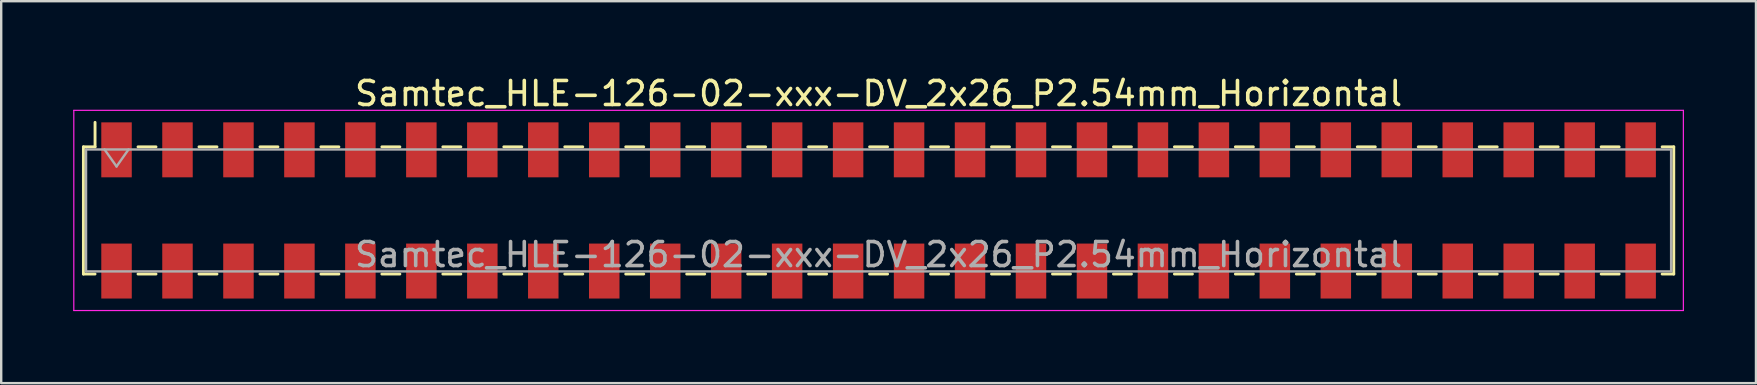
<source format=kicad_pcb>
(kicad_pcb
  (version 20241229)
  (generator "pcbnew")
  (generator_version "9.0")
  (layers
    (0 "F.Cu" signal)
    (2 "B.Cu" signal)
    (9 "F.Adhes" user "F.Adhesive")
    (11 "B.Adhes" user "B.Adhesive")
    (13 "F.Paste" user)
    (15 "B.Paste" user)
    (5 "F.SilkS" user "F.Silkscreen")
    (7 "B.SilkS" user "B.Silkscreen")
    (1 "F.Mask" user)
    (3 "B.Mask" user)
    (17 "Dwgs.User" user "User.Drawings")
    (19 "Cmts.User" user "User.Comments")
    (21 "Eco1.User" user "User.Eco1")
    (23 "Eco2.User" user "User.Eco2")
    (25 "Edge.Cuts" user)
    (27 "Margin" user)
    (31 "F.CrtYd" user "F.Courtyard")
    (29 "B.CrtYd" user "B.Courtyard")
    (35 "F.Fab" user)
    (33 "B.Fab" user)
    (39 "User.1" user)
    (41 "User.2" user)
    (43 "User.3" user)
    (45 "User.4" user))
  (footprint "Samtec_HLE-126-02-xxx-DV_2x26_P2.54mm_Horizontal"
    (layer "F.Cu")
    (at 33.555 5.718)
    (property "Reference" "Samtec_HLE-126-02-xxx-DV_2x26_P2.54mm_Horizontal" (at 0 -4.87 0) (layer "F.SilkS") (effects (font (size 1 1) (thickness 0.15))))
    (attr smd)
    (fp_line (start -33.13 -2.65) (end -33.13 2.65) (stroke (width 0.12) (type solid)) (layer "F.SilkS"))
    (fp_line (start -33.13 2.65) (end -32.645 2.65) (stroke (width 0.12) (type solid)) (layer "F.SilkS"))
    (fp_line (start -32.645 -3.67) (end -32.645 -2.65) (stroke (width 0.12) (type solid)) (layer "F.SilkS"))
    (fp_line (start -32.645 -2.65) (end -33.13 -2.65) (stroke (width 0.12) (type solid)) (layer "F.SilkS"))
    (fp_line (start -30.855 -2.65) (end -30.105 -2.65) (stroke (width 0.12) (type solid)) (layer "F.SilkS"))
    (fp_line (start -30.855 2.65) (end -30.105 2.65) (stroke (width 0.12) (type solid)) (layer "F.SilkS"))
    (fp_line (start -28.315 -2.65) (end -27.565 -2.65) (stroke (width 0.12) (type solid)) (layer "F.SilkS"))
    (fp_line (start -28.315 2.65) (end -27.565 2.65) (stroke (width 0.12) (type solid)) (layer "F.SilkS"))
    (fp_line (start -25.775 -2.65) (end -25.025 -2.65) (stroke (width 0.12) (type solid)) (layer "F.SilkS"))
    (fp_line (start -25.775 2.65) (end -25.025 2.65) (stroke (width 0.12) (type solid)) (layer "F.SilkS"))
    (fp_line (start -23.235 -2.65) (end -22.485 -2.65) (stroke (width 0.12) (type solid)) (layer "F.SilkS"))
    (fp_line (start -23.235 2.65) (end -22.485 2.65) (stroke (width 0.12) (type solid)) (layer "F.SilkS"))
    (fp_line (start -20.695 -2.65) (end -19.945 -2.65) (stroke (width 0.12) (type solid)) (layer "F.SilkS"))
    (fp_line (start -20.695 2.65) (end -19.945 2.65) (stroke (width 0.12) (type solid)) (layer "F.SilkS"))
    (fp_line (start -18.155 -2.65) (end -17.405 -2.65) (stroke (width 0.12) (type solid)) (layer "F.SilkS"))
    (fp_line (start -18.155 2.65) (end -17.405 2.65) (stroke (width 0.12) (type solid)) (layer "F.SilkS"))
    (fp_line (start -15.615 -2.65) (end -14.865 -2.65) (stroke (width 0.12) (type solid)) (layer "F.SilkS"))
    (fp_line (start -15.615 2.65) (end -14.865 2.65) (stroke (width 0.12) (type solid)) (layer "F.SilkS"))
    (fp_line (start -13.075 -2.65) (end -12.325 -2.65) (stroke (width 0.12) (type solid)) (layer "F.SilkS"))
    (fp_line (start -13.075 2.65) (end -12.325 2.65) (stroke (width 0.12) (type solid)) (layer "F.SilkS"))
    (fp_line (start -10.535 -2.65) (end -9.785 -2.65) (stroke (width 0.12) (type solid)) (layer "F.SilkS"))
    (fp_line (start -10.535 2.65) (end -9.785 2.65) (stroke (width 0.12) (type solid)) (layer "F.SilkS"))
    (fp_line (start -7.995 -2.65) (end -7.245 -2.65) (stroke (width 0.12) (type solid)) (layer "F.SilkS"))
    (fp_line (start -7.995 2.65) (end -7.245 2.65) (stroke (width 0.12) (type solid)) (layer "F.SilkS"))
    (fp_line (start -5.455 -2.65) (end -4.705 -2.65) (stroke (width 0.12) (type solid)) (layer "F.SilkS"))
    (fp_line (start -5.455 2.65) (end -4.705 2.65) (stroke (width 0.12) (type solid)) (layer "F.SilkS"))
    (fp_line (start -2.915 -2.65) (end -2.165 -2.65) (stroke (width 0.12) (type solid)) (layer "F.SilkS"))
    (fp_line (start -2.915 2.65) (end -2.165 2.65) (stroke (width 0.12) (type solid)) (layer "F.SilkS"))
    (fp_line (start -0.375 -2.65) (end 0.375 -2.65) (stroke (width 0.12) (type solid)) (layer "F.SilkS"))
    (fp_line (start -0.375 2.65) (end 0.375 2.65) (stroke (width 0.12) (type solid)) (layer "F.SilkS"))
    (fp_line (start 2.165 -2.65) (end 2.915 -2.65) (stroke (width 0.12) (type solid)) (layer "F.SilkS"))
    (fp_line (start 2.165 2.65) (end 2.915 2.65) (stroke (width 0.12) (type solid)) (layer "F.SilkS"))
    (fp_line (start 4.705 -2.65) (end 5.455 -2.65) (stroke (width 0.12) (type solid)) (layer "F.SilkS"))
    (fp_line (start 4.705 2.65) (end 5.455 2.65) (stroke (width 0.12) (type solid)) (layer "F.SilkS"))
    (fp_line (start 7.245 -2.65) (end 7.995 -2.65) (stroke (width 0.12) (type solid)) (layer "F.SilkS"))
    (fp_line (start 7.245 2.65) (end 7.995 2.65) (stroke (width 0.12) (type solid)) (layer "F.SilkS"))
    (fp_line (start 9.785 -2.65) (end 10.535 -2.65) (stroke (width 0.12) (type solid)) (layer "F.SilkS"))
    (fp_line (start 9.785 2.65) (end 10.535 2.65) (stroke (width 0.12) (type solid)) (layer "F.SilkS"))
    (fp_line (start 12.325 -2.65) (end 13.075 -2.65) (stroke (width 0.12) (type solid)) (layer "F.SilkS"))
    (fp_line (start 12.325 2.65) (end 13.075 2.65) (stroke (width 0.12) (type solid)) (layer "F.SilkS"))
    (fp_line (start 14.865 -2.65) (end 15.615 -2.65) (stroke (width 0.12) (type solid)) (layer "F.SilkS"))
    (fp_line (start 14.865 2.65) (end 15.615 2.65) (stroke (width 0.12) (type solid)) (layer "F.SilkS"))
    (fp_line (start 17.405 -2.65) (end 18.155 -2.65) (stroke (width 0.12) (type solid)) (layer "F.SilkS"))
    (fp_line (start 17.405 2.65) (end 18.155 2.65) (stroke (width 0.12) (type solid)) (layer "F.SilkS"))
    (fp_line (start 19.945 -2.65) (end 20.695 -2.65) (stroke (width 0.12) (type solid)) (layer "F.SilkS"))
    (fp_line (start 19.945 2.65) (end 20.695 2.65) (stroke (width 0.12) (type solid)) (layer "F.SilkS"))
    (fp_line (start 22.485 -2.65) (end 23.235 -2.65) (stroke (width 0.12) (type solid)) (layer "F.SilkS"))
    (fp_line (start 22.485 2.65) (end 23.235 2.65) (stroke (width 0.12) (type solid)) (layer "F.SilkS"))
    (fp_line (start 25.025 -2.65) (end 25.775 -2.65) (stroke (width 0.12) (type solid)) (layer "F.SilkS"))
    (fp_line (start 25.025 2.65) (end 25.775 2.65) (stroke (width 0.12) (type solid)) (layer "F.SilkS"))
    (fp_line (start 27.565 -2.65) (end 28.315 -2.65) (stroke (width 0.12) (type solid)) (layer "F.SilkS"))
    (fp_line (start 27.565 2.65) (end 28.315 2.65) (stroke (width 0.12) (type solid)) (layer "F.SilkS"))
    (fp_line (start 30.105 -2.65) (end 30.855 -2.65) (stroke (width 0.12) (type solid)) (layer "F.SilkS"))
    (fp_line (start 30.105 2.65) (end 30.855 2.65) (stroke (width 0.12) (type solid)) (layer "F.SilkS"))
    (fp_line (start 32.645 -2.65) (end 33.13 -2.65) (stroke (width 0.12) (type solid)) (layer "F.SilkS"))
    (fp_line (start 33.13 -2.65) (end 33.13 2.65) (stroke (width 0.12) (type solid)) (layer "F.SilkS"))
    (fp_line (start 33.13 2.65) (end 32.645 2.65) (stroke (width 0.12) (type solid)) (layer "F.SilkS"))
    (fp_line (start -33.53 -4.17) (end 33.53 -4.17) (stroke (width 0.05) (type solid)) (layer "F.CrtYd"))
    (fp_line (start -33.53 4.17) (end -33.53 -4.17) (stroke (width 0.05) (type solid)) (layer "F.CrtYd"))
    (fp_line (start 33.53 -4.17) (end 33.53 4.17) (stroke (width 0.05) (type solid)) (layer "F.CrtYd"))
    (fp_line (start 33.53 4.17) (end -33.53 4.17) (stroke (width 0.05) (type solid)) (layer "F.CrtYd"))
    (fp_line (start -33.02 -2.54) (end 33.02 -2.54) (stroke (width 0.1) (type solid)) (layer "F.Fab"))
    (fp_line (start -33.02 2.54) (end -33.02 -2.54) (stroke (width 0.1) (type solid)) (layer "F.Fab"))
    (fp_line (start -32.25 -2.54) (end -31.75 -1.833) (stroke (width 0.1) (type solid)) (layer "F.Fab"))
    (fp_line (start -31.75 -1.833) (end -31.25 -2.54) (stroke (width 0.1) (type solid)) (layer "F.Fab"))
    (fp_line (start 33.02 -2.54) (end 33.02 2.54) (stroke (width 0.1) (type solid)) (layer "F.Fab"))
    (fp_line (start 33.02 2.54) (end -33.02 2.54) (stroke (width 0.1) (type solid)) (layer "F.Fab"))
    (fp_text user "${REFERENCE}" (at 0 1.84 0) (layer "F.Fab") (effects (font (size 1 1) (thickness 0.15))))
    (pad "1" smd rect (at -31.75 -2.525) (size 1.27 2.29) (layers "F.Cu" "F.Mask" "F.Paste"))
    (pad "2" smd rect (at -31.75 2.525) (size 1.27 2.29) (layers "F.Cu" "F.Mask" "F.Paste"))
    (pad "3" smd rect (at -29.21 -2.525) (size 1.27 2.29) (layers "F.Cu" "F.Mask" "F.Paste"))
    (pad "4" smd rect (at -29.21 2.525) (size 1.27 2.29) (layers "F.Cu" "F.Mask" "F.Paste"))
    (pad "5" smd rect (at -26.67 -2.525) (size 1.27 2.29) (layers "F.Cu" "F.Mask" "F.Paste"))
    (pad "6" smd rect (at -26.67 2.525) (size 1.27 2.29) (layers "F.Cu" "F.Mask" "F.Paste"))
    (pad "7" smd rect (at -24.13 -2.525) (size 1.27 2.29) (layers "F.Cu" "F.Mask" "F.Paste"))
    (pad "8" smd rect (at -24.13 2.525) (size 1.27 2.29) (layers "F.Cu" "F.Mask" "F.Paste"))
    (pad "9" smd rect (at -21.59 -2.525) (size 1.27 2.29) (layers "F.Cu" "F.Mask" "F.Paste"))
    (pad "10" smd rect (at -21.59 2.525) (size 1.27 2.29) (layers "F.Cu" "F.Mask" "F.Paste"))
    (pad "11" smd rect (at -19.05 -2.525) (size 1.27 2.29) (layers "F.Cu" "F.Mask" "F.Paste"))
    (pad "12" smd rect (at -19.05 2.525) (size 1.27 2.29) (layers "F.Cu" "F.Mask" "F.Paste"))
    (pad "13" smd rect (at -16.51 -2.525) (size 1.27 2.29) (layers "F.Cu" "F.Mask" "F.Paste"))
    (pad "14" smd rect (at -16.51 2.525) (size 1.27 2.29) (layers "F.Cu" "F.Mask" "F.Paste"))
    (pad "15" smd rect (at -13.97 -2.525) (size 1.27 2.29) (layers "F.Cu" "F.Mask" "F.Paste"))
    (pad "16" smd rect (at -13.97 2.525) (size 1.27 2.29) (layers "F.Cu" "F.Mask" "F.Paste"))
    (pad "17" smd rect (at -11.43 -2.525) (size 1.27 2.29) (layers "F.Cu" "F.Mask" "F.Paste"))
    (pad "18" smd rect (at -11.43 2.525) (size 1.27 2.29) (layers "F.Cu" "F.Mask" "F.Paste"))
    (pad "19" smd rect (at -8.89 -2.525) (size 1.27 2.29) (layers "F.Cu" "F.Mask" "F.Paste"))
    (pad "20" smd rect (at -8.89 2.525) (size 1.27 2.29) (layers "F.Cu" "F.Mask" "F.Paste"))
    (pad "21" smd rect (at -6.35 -2.525) (size 1.27 2.29) (layers "F.Cu" "F.Mask" "F.Paste"))
    (pad "22" smd rect (at -6.35 2.525) (size 1.27 2.29) (layers "F.Cu" "F.Mask" "F.Paste"))
    (pad "23" smd rect (at -3.81 -2.525) (size 1.27 2.29) (layers "F.Cu" "F.Mask" "F.Paste"))
    (pad "24" smd rect (at -3.81 2.525) (size 1.27 2.29) (layers "F.Cu" "F.Mask" "F.Paste"))
    (pad "25" smd rect (at -1.27 -2.525) (size 1.27 2.29) (layers "F.Cu" "F.Mask" "F.Paste"))
    (pad "26" smd rect (at -1.27 2.525) (size 1.27 2.29) (layers "F.Cu" "F.Mask" "F.Paste"))
    (pad "27" smd rect (at 1.27 -2.525) (size 1.27 2.29) (layers "F.Cu" "F.Mask" "F.Paste"))
    (pad "28" smd rect (at 1.27 2.525) (size 1.27 2.29) (layers "F.Cu" "F.Mask" "F.Paste"))
    (pad "29" smd rect (at 3.81 -2.525) (size 1.27 2.29) (layers "F.Cu" "F.Mask" "F.Paste"))
    (pad "30" smd rect (at 3.81 2.525) (size 1.27 2.29) (layers "F.Cu" "F.Mask" "F.Paste"))
    (pad "31" smd rect (at 6.35 -2.525) (size 1.27 2.29) (layers "F.Cu" "F.Mask" "F.Paste"))
    (pad "32" smd rect (at 6.35 2.525) (size 1.27 2.29) (layers "F.Cu" "F.Mask" "F.Paste"))
    (pad "33" smd rect (at 8.89 -2.525) (size 1.27 2.29) (layers "F.Cu" "F.Mask" "F.Paste"))
    (pad "34" smd rect (at 8.89 2.525) (size 1.27 2.29) (layers "F.Cu" "F.Mask" "F.Paste"))
    (pad "35" smd rect (at 11.43 -2.525) (size 1.27 2.29) (layers "F.Cu" "F.Mask" "F.Paste"))
    (pad "36" smd rect (at 11.43 2.525) (size 1.27 2.29) (layers "F.Cu" "F.Mask" "F.Paste"))
    (pad "37" smd rect (at 13.97 -2.525) (size 1.27 2.29) (layers "F.Cu" "F.Mask" "F.Paste"))
    (pad "38" smd rect (at 13.97 2.525) (size 1.27 2.29) (layers "F.Cu" "F.Mask" "F.Paste"))
    (pad "39" smd rect (at 16.51 -2.525) (size 1.27 2.29) (layers "F.Cu" "F.Mask" "F.Paste"))
    (pad "40" smd rect (at 16.51 2.525) (size 1.27 2.29) (layers "F.Cu" "F.Mask" "F.Paste"))
    (pad "41" smd rect (at 19.05 -2.525) (size 1.27 2.29) (layers "F.Cu" "F.Mask" "F.Paste"))
    (pad "42" smd rect (at 19.05 2.525) (size 1.27 2.29) (layers "F.Cu" "F.Mask" "F.Paste"))
    (pad "43" smd rect (at 21.59 -2.525) (size 1.27 2.29) (layers "F.Cu" "F.Mask" "F.Paste"))
    (pad "44" smd rect (at 21.59 2.525) (size 1.27 2.29) (layers "F.Cu" "F.Mask" "F.Paste"))
    (pad "45" smd rect (at 24.13 -2.525) (size 1.27 2.29) (layers "F.Cu" "F.Mask" "F.Paste"))
    (pad "46" smd rect (at 24.13 2.525) (size 1.27 2.29) (layers "F.Cu" "F.Mask" "F.Paste"))
    (pad "47" smd rect (at 26.67 -2.525) (size 1.27 2.29) (layers "F.Cu" "F.Mask" "F.Paste"))
    (pad "48" smd rect (at 26.67 2.525) (size 1.27 2.29) (layers "F.Cu" "F.Mask" "F.Paste"))
    (pad "49" smd rect (at 29.21 -2.525) (size 1.27 2.29) (layers "F.Cu" "F.Mask" "F.Paste"))
    (pad "50" smd rect (at 29.21 2.525) (size 1.27 2.29) (layers "F.Cu" "F.Mask" "F.Paste"))
    (pad "51" smd rect (at 31.75 -2.525) (size 1.27 2.29) (layers "F.Cu" "F.Mask" "F.Paste"))
    (pad "52" smd rect (at 31.75 2.525) (size 1.27 2.29) (layers "F.Cu" "F.Mask" "F.Paste")))
  (gr_rect
    (start -3 -3)
    (end 70.11 12.913)
    (stroke (width 0.1) (type default))
    (fill no)
    (layer "Edge.Cuts")))
</source>
